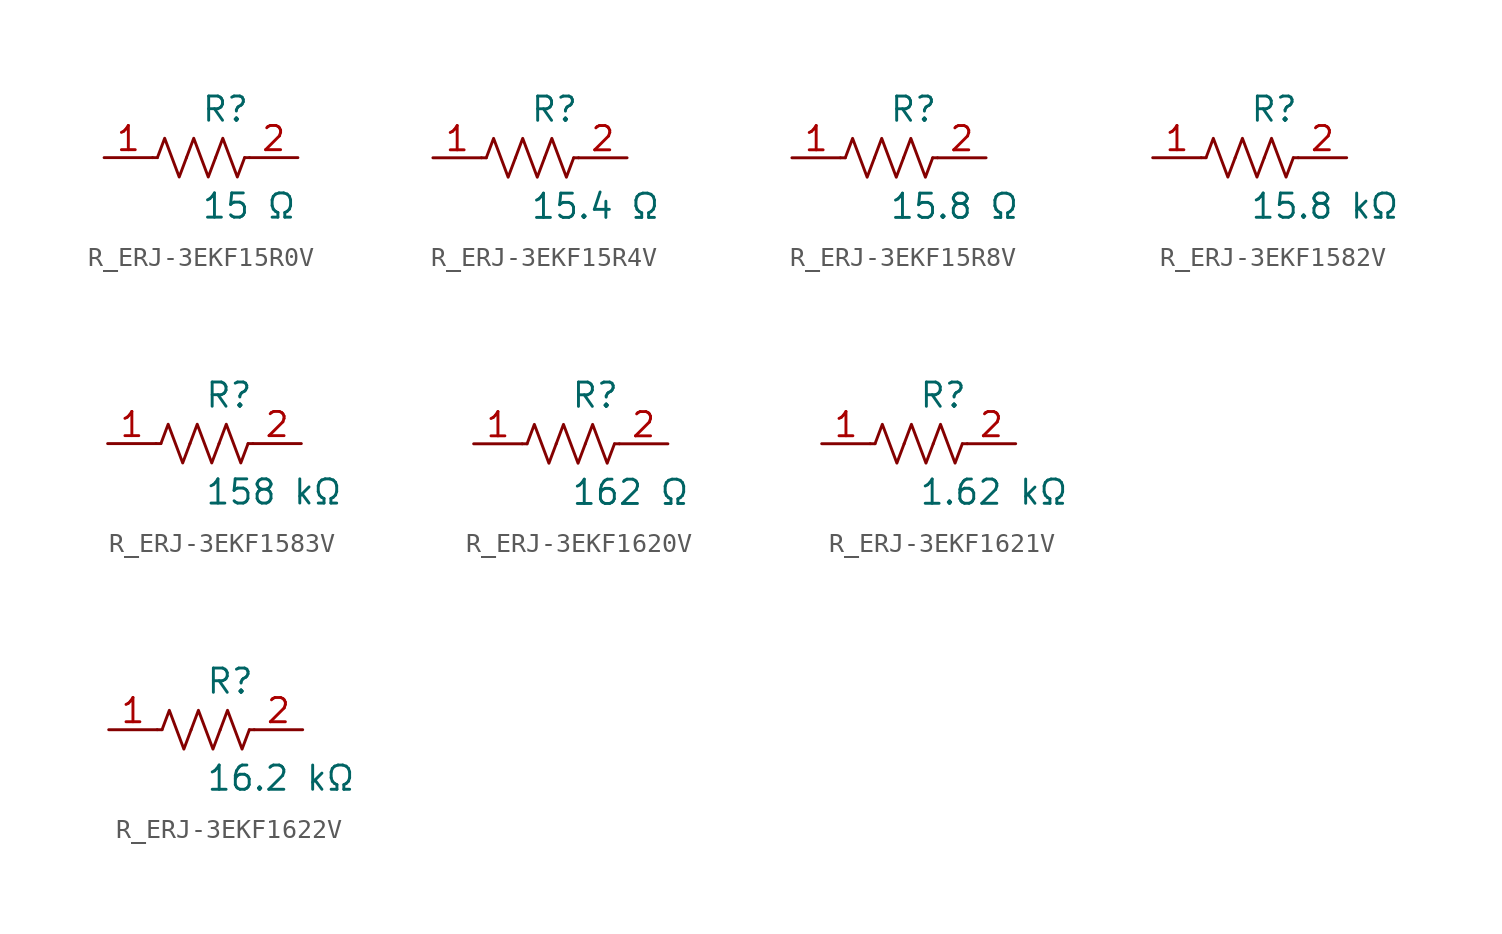
<source format=kicad_sym>
(kicad_symbol_lib
  (version 20231120)
  (generator "kicad_symbol_editor")
  (generator_version "8.0")
  (symbol "R_ERJ-3EKF15R0V"
    (pin_names
      (offset 0.254))
    (property "Reference" "R"
      (at 0 2.54 0)
      (effects (font (size 1.27 1.27)) (justify left)))
    (property "Value" "15 Ω"
      (at 0 -2.54 0)
      (effects (font (size 1.27 1.27)) (justify left)))
    (symbol "R_ERJ-3EKF15R0V_0_1"
      (polyline (pts (xy 2.286 0) (xy 2.54 0)) (stroke (width 0) (type default)) (fill (type none)))
      (polyline (pts (xy -2.286 0) (xy -2.54 0)) (stroke (width 0) (type default)) (fill (type none)))
      (polyline (pts (xy 0.762 0) (xy 1.143 1.016) (xy 1.524 0) (xy 1.905 -1.016) (xy 2.286 0)) (stroke (width 0) (type default)) (fill (type none)))
      (polyline (pts (xy -0.762 0) (xy -0.381 1.016) (xy 0 0) (xy 0.381 -1.016) (xy 0.762 0)) (stroke (width 0) (type default)) (fill (type none)))
      (polyline (pts (xy -2.286 0) (xy -1.905 1.016) (xy -1.524 0) (xy -1.143 -1.016) (xy -0.762 0)) (stroke (width 0) (type default)) (fill (type none))))
    (pin unspecified line
      (at -5.08 0 0)
      (length 2.54)
      (name "" (effects (font (size 1.27 1.27))))
      (number "1" (effects (font (size 1.27 1.27)))))
    (pin unspecified line
      (at 5.08 0 180)
      (length 2.54)
      (name "" (effects (font (size 1.27 1.27))))
      (number "2" (effects (font (size 1.27 1.27))))))
  (symbol "R_ERJ-3EKF15R4V"
    (pin_names
      (offset 0.254))
    (property "Reference" "R"
      (at 0 2.54 0)
      (effects (font (size 1.27 1.27)) (justify left)))
    (property "Value" "15.4 Ω"
      (at 0 -2.54 0)
      (effects (font (size 1.27 1.27)) (justify left)))
    (symbol "R_ERJ-3EKF15R4V_0_1"
      (polyline (pts (xy 2.286 0) (xy 2.54 0)) (stroke (width 0) (type default)) (fill (type none)))
      (polyline (pts (xy -2.286 0) (xy -2.54 0)) (stroke (width 0) (type default)) (fill (type none)))
      (polyline (pts (xy 0.762 0) (xy 1.143 1.016) (xy 1.524 0) (xy 1.905 -1.016) (xy 2.286 0)) (stroke (width 0) (type default)) (fill (type none)))
      (polyline (pts (xy -0.762 0) (xy -0.381 1.016) (xy 0 0) (xy 0.381 -1.016) (xy 0.762 0)) (stroke (width 0) (type default)) (fill (type none)))
      (polyline (pts (xy -2.286 0) (xy -1.905 1.016) (xy -1.524 0) (xy -1.143 -1.016) (xy -0.762 0)) (stroke (width 0) (type default)) (fill (type none))))
    (pin unspecified line
      (at -5.08 0 0)
      (length 2.54)
      (name "" (effects (font (size 1.27 1.27))))
      (number "1" (effects (font (size 1.27 1.27)))))
    (pin unspecified line
      (at 5.08 0 180)
      (length 2.54)
      (name "" (effects (font (size 1.27 1.27))))
      (number "2" (effects (font (size 1.27 1.27))))))
  (symbol "R_ERJ-3EKF15R8V"
    (pin_names
      (offset 0.254))
    (property "Reference" "R"
      (at 0 2.54 0)
      (effects (font (size 1.27 1.27)) (justify left)))
    (property "Value" "15.8 Ω"
      (at 0 -2.54 0)
      (effects (font (size 1.27 1.27)) (justify left)))
    (symbol "R_ERJ-3EKF15R8V_0_1"
      (polyline (pts (xy 2.286 0) (xy 2.54 0)) (stroke (width 0) (type default)) (fill (type none)))
      (polyline (pts (xy -2.286 0) (xy -2.54 0)) (stroke (width 0) (type default)) (fill (type none)))
      (polyline (pts (xy 0.762 0) (xy 1.143 1.016) (xy 1.524 0) (xy 1.905 -1.016) (xy 2.286 0)) (stroke (width 0) (type default)) (fill (type none)))
      (polyline (pts (xy -0.762 0) (xy -0.381 1.016) (xy 0 0) (xy 0.381 -1.016) (xy 0.762 0)) (stroke (width 0) (type default)) (fill (type none)))
      (polyline (pts (xy -2.286 0) (xy -1.905 1.016) (xy -1.524 0) (xy -1.143 -1.016) (xy -0.762 0)) (stroke (width 0) (type default)) (fill (type none))))
    (pin unspecified line
      (at -5.08 0 0)
      (length 2.54)
      (name "" (effects (font (size 1.27 1.27))))
      (number "1" (effects (font (size 1.27 1.27)))))
    (pin unspecified line
      (at 5.08 0 180)
      (length 2.54)
      (name "" (effects (font (size 1.27 1.27))))
      (number "2" (effects (font (size 1.27 1.27))))))
  (symbol "R_ERJ-3EKF1582V"
    (pin_names
      (offset 0.254))
    (property "Reference" "R"
      (at 0 2.54 0)
      (effects (font (size 1.27 1.27)) (justify left)))
    (property "Value" "15.8 kΩ"
      (at 0 -2.54 0)
      (effects (font (size 1.27 1.27)) (justify left)))
    (symbol "R_ERJ-3EKF1582V_0_1"
      (polyline (pts (xy 2.286 0) (xy 2.54 0)) (stroke (width 0) (type default)) (fill (type none)))
      (polyline (pts (xy -2.286 0) (xy -2.54 0)) (stroke (width 0) (type default)) (fill (type none)))
      (polyline (pts (xy 0.762 0) (xy 1.143 1.016) (xy 1.524 0) (xy 1.905 -1.016) (xy 2.286 0)) (stroke (width 0) (type default)) (fill (type none)))
      (polyline (pts (xy -0.762 0) (xy -0.381 1.016) (xy 0 0) (xy 0.381 -1.016) (xy 0.762 0)) (stroke (width 0) (type default)) (fill (type none)))
      (polyline (pts (xy -2.286 0) (xy -1.905 1.016) (xy -1.524 0) (xy -1.143 -1.016) (xy -0.762 0)) (stroke (width 0) (type default)) (fill (type none))))
    (pin unspecified line
      (at -5.08 0 0)
      (length 2.54)
      (name "" (effects (font (size 1.27 1.27))))
      (number "1" (effects (font (size 1.27 1.27)))))
    (pin unspecified line
      (at 5.08 0 180)
      (length 2.54)
      (name "" (effects (font (size 1.27 1.27))))
      (number "2" (effects (font (size 1.27 1.27))))))
  (symbol "R_ERJ-3EKF1583V"
    (pin_names
      (offset 0.254))
    (property "Reference" "R"
      (at 0 2.54 0)
      (effects (font (size 1.27 1.27)) (justify left)))
    (property "Value" "158 kΩ"
      (at 0 -2.54 0)
      (effects (font (size 1.27 1.27)) (justify left)))
    (symbol "R_ERJ-3EKF1583V_0_1"
      (polyline (pts (xy 2.286 0) (xy 2.54 0)) (stroke (width 0) (type default)) (fill (type none)))
      (polyline (pts (xy -2.286 0) (xy -2.54 0)) (stroke (width 0) (type default)) (fill (type none)))
      (polyline (pts (xy 0.762 0) (xy 1.143 1.016) (xy 1.524 0) (xy 1.905 -1.016) (xy 2.286 0)) (stroke (width 0) (type default)) (fill (type none)))
      (polyline (pts (xy -0.762 0) (xy -0.381 1.016) (xy 0 0) (xy 0.381 -1.016) (xy 0.762 0)) (stroke (width 0) (type default)) (fill (type none)))
      (polyline (pts (xy -2.286 0) (xy -1.905 1.016) (xy -1.524 0) (xy -1.143 -1.016) (xy -0.762 0)) (stroke (width 0) (type default)) (fill (type none))))
    (pin unspecified line
      (at -5.08 0 0)
      (length 2.54)
      (name "" (effects (font (size 1.27 1.27))))
      (number "1" (effects (font (size 1.27 1.27)))))
    (pin unspecified line
      (at 5.08 0 180)
      (length 2.54)
      (name "" (effects (font (size 1.27 1.27))))
      (number "2" (effects (font (size 1.27 1.27))))))
  (symbol "R_ERJ-3EKF1620V"
    (pin_names
      (offset 0.254))
    (property "Reference" "R"
      (at 0 2.54 0)
      (effects (font (size 1.27 1.27)) (justify left)))
    (property "Value" "162 Ω"
      (at 0 -2.54 0)
      (effects (font (size 1.27 1.27)) (justify left)))
    (symbol "R_ERJ-3EKF1620V_0_1"
      (polyline (pts (xy 2.286 0) (xy 2.54 0)) (stroke (width 0) (type default)) (fill (type none)))
      (polyline (pts (xy -2.286 0) (xy -2.54 0)) (stroke (width 0) (type default)) (fill (type none)))
      (polyline (pts (xy 0.762 0) (xy 1.143 1.016) (xy 1.524 0) (xy 1.905 -1.016) (xy 2.286 0)) (stroke (width 0) (type default)) (fill (type none)))
      (polyline (pts (xy -0.762 0) (xy -0.381 1.016) (xy 0 0) (xy 0.381 -1.016) (xy 0.762 0)) (stroke (width 0) (type default)) (fill (type none)))
      (polyline (pts (xy -2.286 0) (xy -1.905 1.016) (xy -1.524 0) (xy -1.143 -1.016) (xy -0.762 0)) (stroke (width 0) (type default)) (fill (type none))))
    (pin unspecified line
      (at -5.08 0 0)
      (length 2.54)
      (name "" (effects (font (size 1.27 1.27))))
      (number "1" (effects (font (size 1.27 1.27)))))
    (pin unspecified line
      (at 5.08 0 180)
      (length 2.54)
      (name "" (effects (font (size 1.27 1.27))))
      (number "2" (effects (font (size 1.27 1.27))))))
  (symbol "R_ERJ-3EKF1621V"
    (pin_names
      (offset 0.254))
    (property "Reference" "R"
      (at 0 2.54 0)
      (effects (font (size 1.27 1.27)) (justify left)))
    (property "Value" "1.62 kΩ"
      (at 0 -2.54 0)
      (effects (font (size 1.27 1.27)) (justify left)))
    (symbol "R_ERJ-3EKF1621V_0_1"
      (polyline (pts (xy 2.286 0) (xy 2.54 0)) (stroke (width 0) (type default)) (fill (type none)))
      (polyline (pts (xy -2.286 0) (xy -2.54 0)) (stroke (width 0) (type default)) (fill (type none)))
      (polyline (pts (xy 0.762 0) (xy 1.143 1.016) (xy 1.524 0) (xy 1.905 -1.016) (xy 2.286 0)) (stroke (width 0) (type default)) (fill (type none)))
      (polyline (pts (xy -0.762 0) (xy -0.381 1.016) (xy 0 0) (xy 0.381 -1.016) (xy 0.762 0)) (stroke (width 0) (type default)) (fill (type none)))
      (polyline (pts (xy -2.286 0) (xy -1.905 1.016) (xy -1.524 0) (xy -1.143 -1.016) (xy -0.762 0)) (stroke (width 0) (type default)) (fill (type none))))
    (pin unspecified line
      (at -5.08 0 0)
      (length 2.54)
      (name "" (effects (font (size 1.27 1.27))))
      (number "1" (effects (font (size 1.27 1.27)))))
    (pin unspecified line
      (at 5.08 0 180)
      (length 2.54)
      (name "" (effects (font (size 1.27 1.27))))
      (number "2" (effects (font (size 1.27 1.27))))))
  (symbol "R_ERJ-3EKF1622V"
    (pin_names
      (offset 0.254))
    (property "Reference" "R"
      (at 0 2.54 0)
      (effects (font (size 1.27 1.27)) (justify left)))
    (property "Value" "16.2 kΩ"
      (at 0 -2.54 0)
      (effects (font (size 1.27 1.27)) (justify left)))
    (symbol "R_ERJ-3EKF1622V_0_1"
      (polyline (pts (xy 2.286 0) (xy 2.54 0)) (stroke (width 0) (type default)) (fill (type none)))
      (polyline (pts (xy -2.286 0) (xy -2.54 0)) (stroke (width 0) (type default)) (fill (type none)))
      (polyline (pts (xy 0.762 0) (xy 1.143 1.016) (xy 1.524 0) (xy 1.905 -1.016) (xy 2.286 0)) (stroke (width 0) (type default)) (fill (type none)))
      (polyline (pts (xy -0.762 0) (xy -0.381 1.016) (xy 0 0) (xy 0.381 -1.016) (xy 0.762 0)) (stroke (width 0) (type default)) (fill (type none)))
      (polyline (pts (xy -2.286 0) (xy -1.905 1.016) (xy -1.524 0) (xy -1.143 -1.016) (xy -0.762 0)) (stroke (width 0) (type default)) (fill (type none))))
    (pin unspecified line
      (at -5.08 0 0)
      (length 2.54)
      (name "" (effects (font (size 1.27 1.27))))
      (number "1" (effects (font (size 1.27 1.27)))))
    (pin unspecified line
      (at 5.08 0 180)
      (length 2.54)
      (name "" (effects (font (size 1.27 1.27))))
      (number "2" (effects (font (size 1.27 1.27)))))))
</source>
